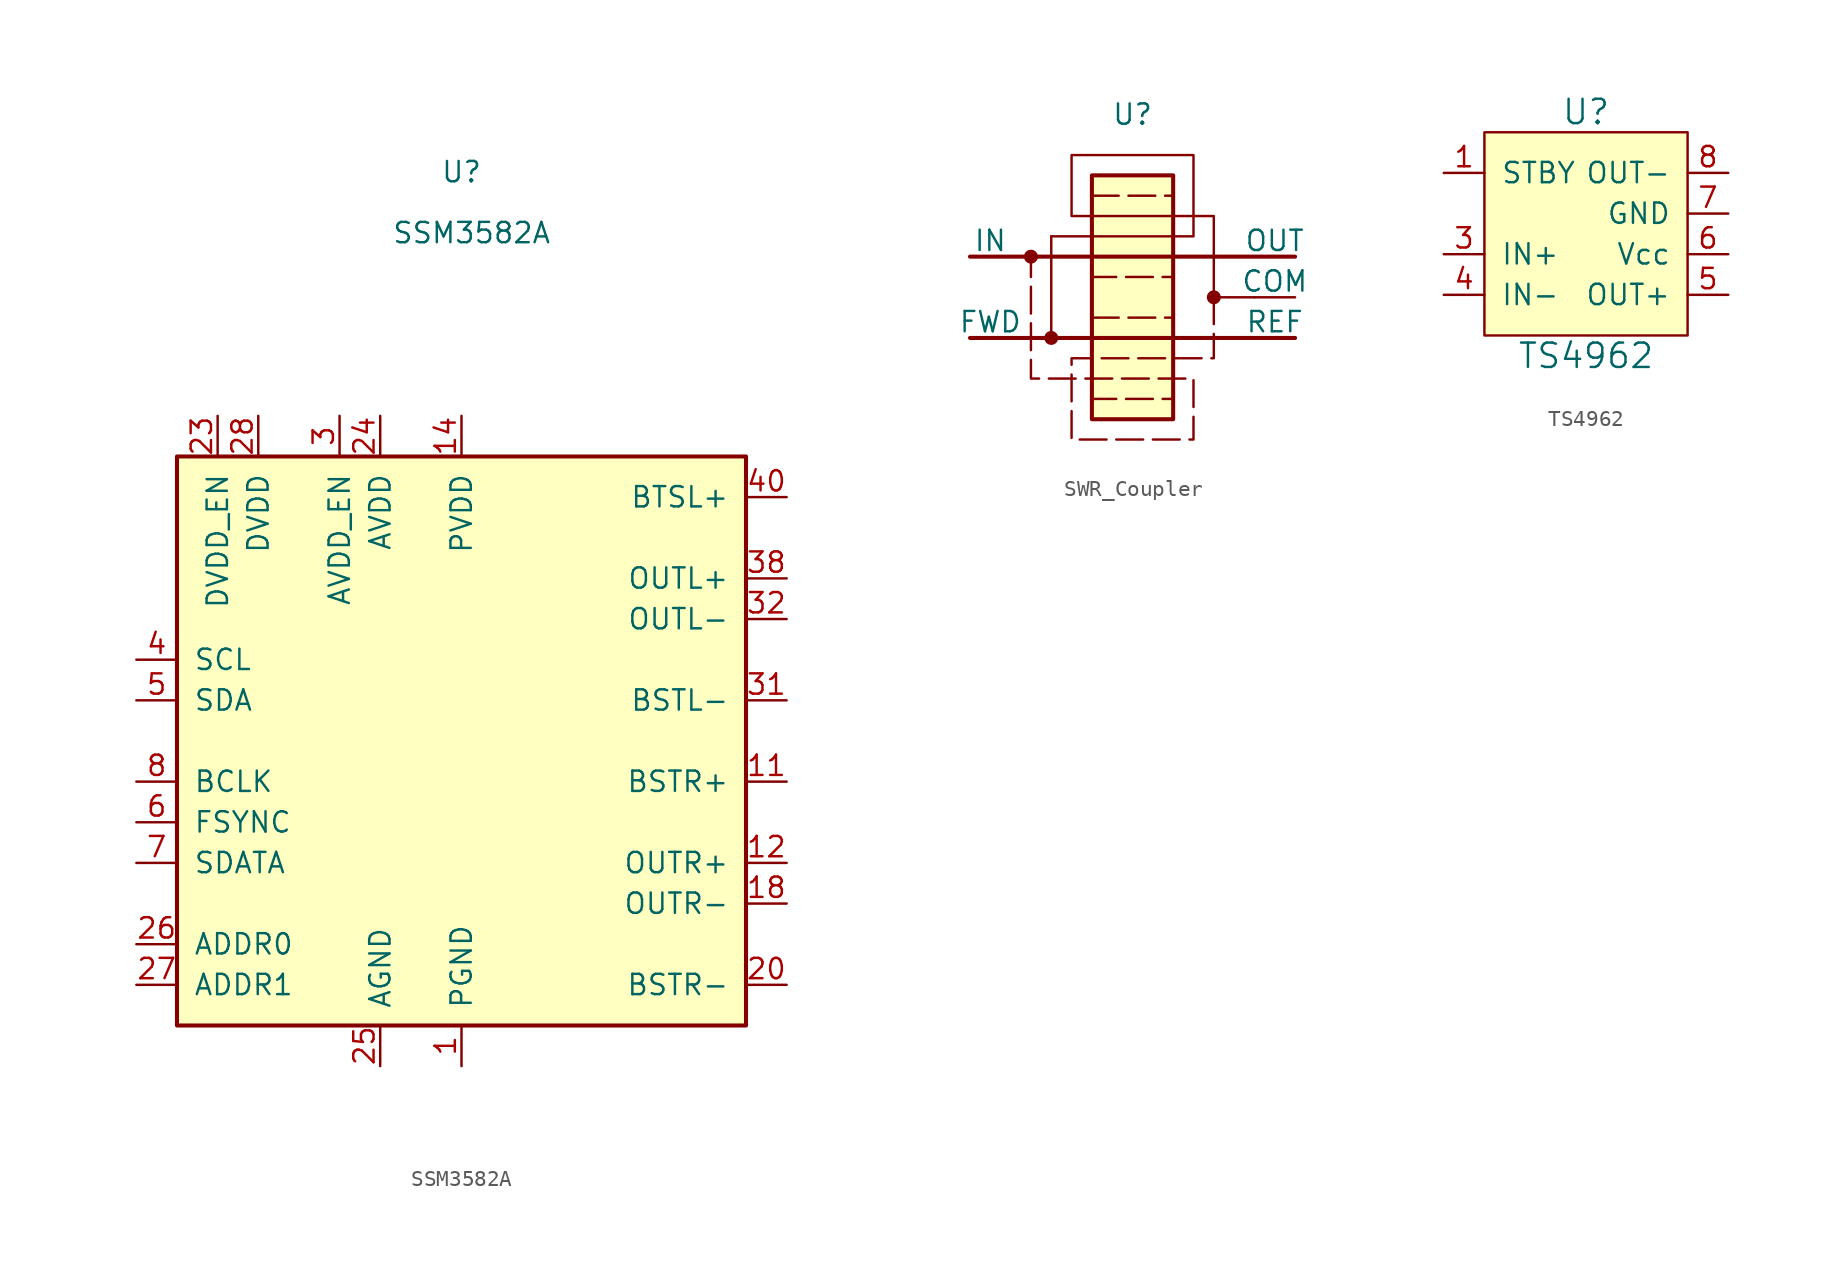
<source format=kicad_sym>
(kicad_symbol_lib
  (version 20220914)
  (generator kicad_symbol_editor)
  (symbol "SSM3582A"
    (pin_names
      (offset 1.016))
    (property "Reference" "U"
      (at 0 35.56 0)
      (effects (font (size 1.27 1.27))))
    (property "Value" "SSM3582A"
      (at 0.635 31.75 0)
      (effects (font (size 1.27 1.27))))
    (symbol "SSM3582A_0_0"
      (pin passive line (at 0 -20.32 90) (length 2.54) hide (name "PGND" (effects (font (size 1.27 1.27)))) (number "41" (effects (font (size 1.27 1.27))))))
    (symbol "SSM3582A_0_1"
      (rectangle (start -17.78 17.78) (end 17.78 -17.78) (stroke (width 0.254) (type default)) (fill (type background))))
    (symbol "SSM3582A_1_1"
      (pin passive line (at 0 -20.32 90) (length 2.54) (name "PGND" (effects (font (size 1.27 1.27)))) (number "1" (effects (font (size 1.27 1.27)))))
      (pin passive line (at 0 -20.32 90) (length 2.54) hide (name "PGND" (effects (font (size 1.27 1.27)))) (number "10" (effects (font (size 1.27 1.27)))))
      (pin input line (at 20.32 -2.54 180) (length 2.54) (name "BSTR+" (effects (font (size 1.27 1.27)))) (number "11" (effects (font (size 1.27 1.27)))))
      (pin output line (at 20.32 -7.62 180) (length 2.54) (name "OUTR+" (effects (font (size 1.27 1.27)))) (number "12" (effects (font (size 1.27 1.27)))))
      (pin passive line (at 20.32 -7.62 180) (length 2.54) hide (name "OUTR+" (effects (font (size 1.27 1.27)))) (number "13" (effects (font (size 1.27 1.27)))))
      (pin power_in line (at 0 20.32 270) (length 2.54) (name "PVDD" (effects (font (size 1.27 1.27)))) (number "14" (effects (font (size 1.27 1.27)))))
      (pin passive line (at 0 20.32 270) (length 2.54) hide (name "PVDD" (effects (font (size 1.27 1.27)))) (number "15" (effects (font (size 1.27 1.27)))))
      (pin passive line (at 0 20.32 270) (length 2.54) hide (name "PVDD" (effects (font (size 1.27 1.27)))) (number "16" (effects (font (size 1.27 1.27)))))
      (pin passive line (at 0 20.32 270) (length 2.54) hide (name "PVDD" (effects (font (size 1.27 1.27)))) (number "17" (effects (font (size 1.27 1.27)))))
      (pin output line (at 20.32 -10.16 180) (length 2.54) (name "OUTR-" (effects (font (size 1.27 1.27)))) (number "18" (effects (font (size 1.27 1.27)))))
      (pin passive line (at 20.32 -10.16 180) (length 2.54) hide (name "OUTR-" (effects (font (size 1.27 1.27)))) (number "19" (effects (font (size 1.27 1.27)))))
      (pin passive line (at 0 -20.32 90) (length 2.54) hide (name "PGND" (effects (font (size 1.27 1.27)))) (number "2" (effects (font (size 1.27 1.27)))))
      (pin input line (at 20.32 -15.24 180) (length 2.54) (name "BSTR-" (effects (font (size 1.27 1.27)))) (number "20" (effects (font (size 1.27 1.27)))))
      (pin passive line (at 0 -20.32 90) (length 2.54) hide (name "PGND" (effects (font (size 1.27 1.27)))) (number "21" (effects (font (size 1.27 1.27)))))
      (pin passive line (at 0 -20.32 90) (length 2.54) hide (name "PGND" (effects (font (size 1.27 1.27)))) (number "22" (effects (font (size 1.27 1.27)))))
      (pin passive line (at -15.24 20.32 270) (length 2.54) (name "DVDD_EN" (effects (font (size 1.27 1.27)))) (number "23" (effects (font (size 1.27 1.27)))))
      (pin power_in line (at -5.08 20.32 270) (length 2.54) (name "AVDD" (effects (font (size 1.27 1.27)))) (number "24" (effects (font (size 1.27 1.27)))))
      (pin passive line (at -5.08 -20.32 90) (length 2.54) (name "AGND" (effects (font (size 1.27 1.27)))) (number "25" (effects (font (size 1.27 1.27)))))
      (pin passive line (at -20.32 -12.7 0) (length 2.54) (name "ADDR0" (effects (font (size 1.27 1.27)))) (number "26" (effects (font (size 1.27 1.27)))))
      (pin passive line (at -20.32 -15.24 0) (length 2.54) (name "ADDR1" (effects (font (size 1.27 1.27)))) (number "27" (effects (font (size 1.27 1.27)))))
      (pin power_in line (at -12.7 20.32 270) (length 2.54) (name "DVDD" (effects (font (size 1.27 1.27)))) (number "28" (effects (font (size 1.27 1.27)))))
      (pin passive line (at 0 -20.32 90) (length 2.54) hide (name "PGND" (effects (font (size 1.27 1.27)))) (number "29" (effects (font (size 1.27 1.27)))))
      (pin passive line (at -7.62 20.32 270) (length 2.54) (name "AVDD_EN" (effects (font (size 1.27 1.27)))) (number "3" (effects (font (size 1.27 1.27)))))
      (pin passive line (at 0 -20.32 90) (length 2.54) hide (name "PGND" (effects (font (size 1.27 1.27)))) (number "30" (effects (font (size 1.27 1.27)))))
      (pin input line (at 20.32 2.54 180) (length 2.54) (name "BSTL-" (effects (font (size 1.27 1.27)))) (number "31" (effects (font (size 1.27 1.27)))))
      (pin output line (at 20.32 7.62 180) (length 2.54) (name "OUTL-" (effects (font (size 1.27 1.27)))) (number "32" (effects (font (size 1.27 1.27)))))
      (pin passive line (at 20.32 7.62 180) (length 2.54) hide (name "OUTL-" (effects (font (size 1.27 1.27)))) (number "33" (effects (font (size 1.27 1.27)))))
      (pin passive line (at 0 20.32 270) (length 2.54) hide (name "PVDD" (effects (font (size 1.27 1.27)))) (number "34" (effects (font (size 1.27 1.27)))))
      (pin passive line (at 0 20.32 270) (length 2.54) hide (name "PVDD" (effects (font (size 1.27 1.27)))) (number "35" (effects (font (size 1.27 1.27)))))
      (pin passive line (at 0 20.32 270) (length 2.54) hide (name "PVDD" (effects (font (size 1.27 1.27)))) (number "36" (effects (font (size 1.27 1.27)))))
      (pin passive line (at 0 20.32 270) (length 2.54) hide (name "PVDD" (effects (font (size 1.27 1.27)))) (number "37" (effects (font (size 1.27 1.27)))))
      (pin output line (at 20.32 10.16 180) (length 2.54) (name "OUTL+" (effects (font (size 1.27 1.27)))) (number "38" (effects (font (size 1.27 1.27)))))
      (pin passive line (at 20.32 10.16 180) (length 2.54) hide (name "OUTL+" (effects (font (size 1.27 1.27)))) (number "39" (effects (font (size 1.27 1.27)))))
      (pin passive line (at -20.32 5.08 0) (length 2.54) (name "SCL" (effects (font (size 1.27 1.27)))) (number "4" (effects (font (size 1.27 1.27)))))
      (pin input line (at 20.32 15.24 180) (length 2.54) (name "BTSL+" (effects (font (size 1.27 1.27)))) (number "40" (effects (font (size 1.27 1.27)))))
      (pin passive line (at -20.32 2.54 0) (length 2.54) (name "SDA" (effects (font (size 1.27 1.27)))) (number "5" (effects (font (size 1.27 1.27)))))
      (pin passive line (at -20.32 -5.08 0) (length 2.54) (name "FSYNC" (effects (font (size 1.27 1.27)))) (number "6" (effects (font (size 1.27 1.27)))))
      (pin passive line (at -20.32 -7.62 0) (length 2.54) (name "SDATA" (effects (font (size 1.27 1.27)))) (number "7" (effects (font (size 1.27 1.27)))))
      (pin passive line (at -20.32 -2.54 0) (length 2.54) (name "BCLK" (effects (font (size 1.27 1.27)))) (number "8" (effects (font (size 1.27 1.27)))))
      (pin passive line (at 0 -20.32 90) (length 2.54) hide (name "PGND" (effects (font (size 1.27 1.27)))) (number "9" (effects (font (size 1.27 1.27)))))))
  (symbol "SWR_Coupler"
    (pin_numbers hide)
    (pin_names
      (offset 0))
    (property "Reference" "U"
      (at 0 11.43 0)
      (effects (font (size 1.27 1.27))))
    (property "Value" ""
      (at 1.778 6.35 0)
      (effects (font (size 1.27 1.27))))
    (symbol "SWR_Coupler_0_1"
      (polyline (pts (xy -5.08 3.81) (xy 3.81 3.81) (xy 3.81 8.89) (xy -3.81 8.89) (xy -3.81 5.08) (xy 5.08 5.08) (xy 5.08 0)) (stroke (width 0) (type default)) (fill (type none))))
    (symbol "SWR_Coupler_1_1"
      (circle (center -6.35 2.54) (radius 0.359) (stroke (width 0) (type default)) (fill (type outline)))
      (circle (center -5.08 -2.54) (radius 0.359) (stroke (width 0) (type default)) (fill (type outline)))
      (rectangle (start -2.54 -1.27) (end 2.54 -6.35) (stroke (width 0) (type dash)) (fill (type none)))
      (rectangle (start -2.54 6.35) (end 2.54 1.27) (stroke (width 0) (type dash)) (fill (type none)))
      (rectangle (start -2.54 7.62) (end 2.54 -7.62) (stroke (width 0.254) (type solid)) (fill (type background)))
      (polyline (pts (xy -10.16 -2.54) (xy 10.16 -2.54)) (stroke (width 0.254) (type default)) (fill (type none)))
      (polyline (pts (xy -10.16 2.54) (xy 10.16 2.54)) (stroke (width 0.254) (type default)) (fill (type none)))
      (polyline (pts (xy -5.08 3.81) (xy -5.08 -2.54)) (stroke (width 0) (type default)) (fill (type none)))
      (polyline (pts (xy 7.62 0) (xy 5.08 0) (xy 5.08 0)) (stroke (width 0) (type default)) (fill (type none)))
      (polyline (pts (xy 5.08 0) (xy 5.08 -3.81) (xy -3.81 -3.81) (xy -3.81 -8.89) (xy 3.81 -8.89) (xy 3.81 -5.08) (xy -6.35 -5.08) (xy -6.35 2.54)) (stroke (width 0) (type default)) (fill (type none)))
      (circle (center 5.08 0) (radius 0.359) (stroke (width 0) (type default)) (fill (type outline)))
      (pin input line (at -10.16 2.54 0) (length 2.54) (name "IN" (effects (font (size 1.27 1.27)))) (number "1" (effects (font (size 1.27 1.27)))))
      (pin output line (at 10.16 2.54 180) (length 2.54) (name "OUT" (effects (font (size 1.27 1.27)))) (number "2" (effects (font (size 1.27 1.27)))))
      (pin passive line (at 10.16 0 180) (length 2.54) (name "COM" (effects (font (size 1.27 1.27)))) (number "3" (effects (font (size 1.27 1.27)))))
      (pin output line (at 10.16 -2.54 180) (length 2.54) (name "REF" (effects (font (size 1.27 1.27)))) (number "4" (effects (font (size 1.27 1.27)))))
      (pin output line (at -10.16 -2.54 0) (length 2.54) (name "FWD" (effects (font (size 1.27 1.27)))) (number "5" (effects (font (size 1.27 1.27)))))))
  (symbol "TS4962"
    (pin_names
      (offset 1.016))
    (property "Reference" "U"
      (at 0 7.62 0)
      (effects (font (size 1.524 1.524))))
    (property "Value" "TS4962"
      (at 0 -7.62 0)
      (effects (font (size 1.524 1.524))))
    (symbol "TS4962_0_0"
      (pin passive line (at 8.89 1.27 180) (length 2.54) hide (name "GND" (effects (font (size 1.27 1.27)))) (number "9" (effects (font (size 1.27 1.27))))))
    (symbol "TS4962_0_1"
      (rectangle (start -6.35 6.35) (end 6.35 -6.35) (stroke (width 0) (type default)) (fill (type background))))
    (symbol "TS4962_1_1"
      (pin input line (at -8.89 3.81 0) (length 2.54) (name "STBY" (effects (font (size 1.27 1.27)))) (number "1" (effects (font (size 1.27 1.27)))))
      (pin no_connect line (at -8.89 1.27 0) (length 2.54) hide (name "NC" (effects (font (size 1.27 1.27)))) (number "2" (effects (font (size 1.27 1.27)))))
      (pin input line (at -8.89 -1.27 0) (length 2.54) (name "IN+" (effects (font (size 1.27 1.27)))) (number "3" (effects (font (size 1.27 1.27)))))
      (pin input line (at -8.89 -3.81 0) (length 2.54) (name "IN-" (effects (font (size 1.27 1.27)))) (number "4" (effects (font (size 1.27 1.27)))))
      (pin output line (at 8.89 -3.81 180) (length 2.54) (name "OUT+" (effects (font (size 1.27 1.27)))) (number "5" (effects (font (size 1.27 1.27)))))
      (pin power_in line (at 8.89 -1.27 180) (length 2.54) (name "Vcc" (effects (font (size 1.27 1.27)))) (number "6" (effects (font (size 1.27 1.27)))))
      (pin power_in line (at 8.89 1.27 180) (length 2.54) (name "GND" (effects (font (size 1.27 1.27)))) (number "7" (effects (font (size 1.27 1.27)))))
      (pin output line (at 8.89 3.81 180) (length 2.54) (name "OUT-" (effects (font (size 1.27 1.27)))) (number "8" (effects (font (size 1.27 1.27))))))))
</source>
